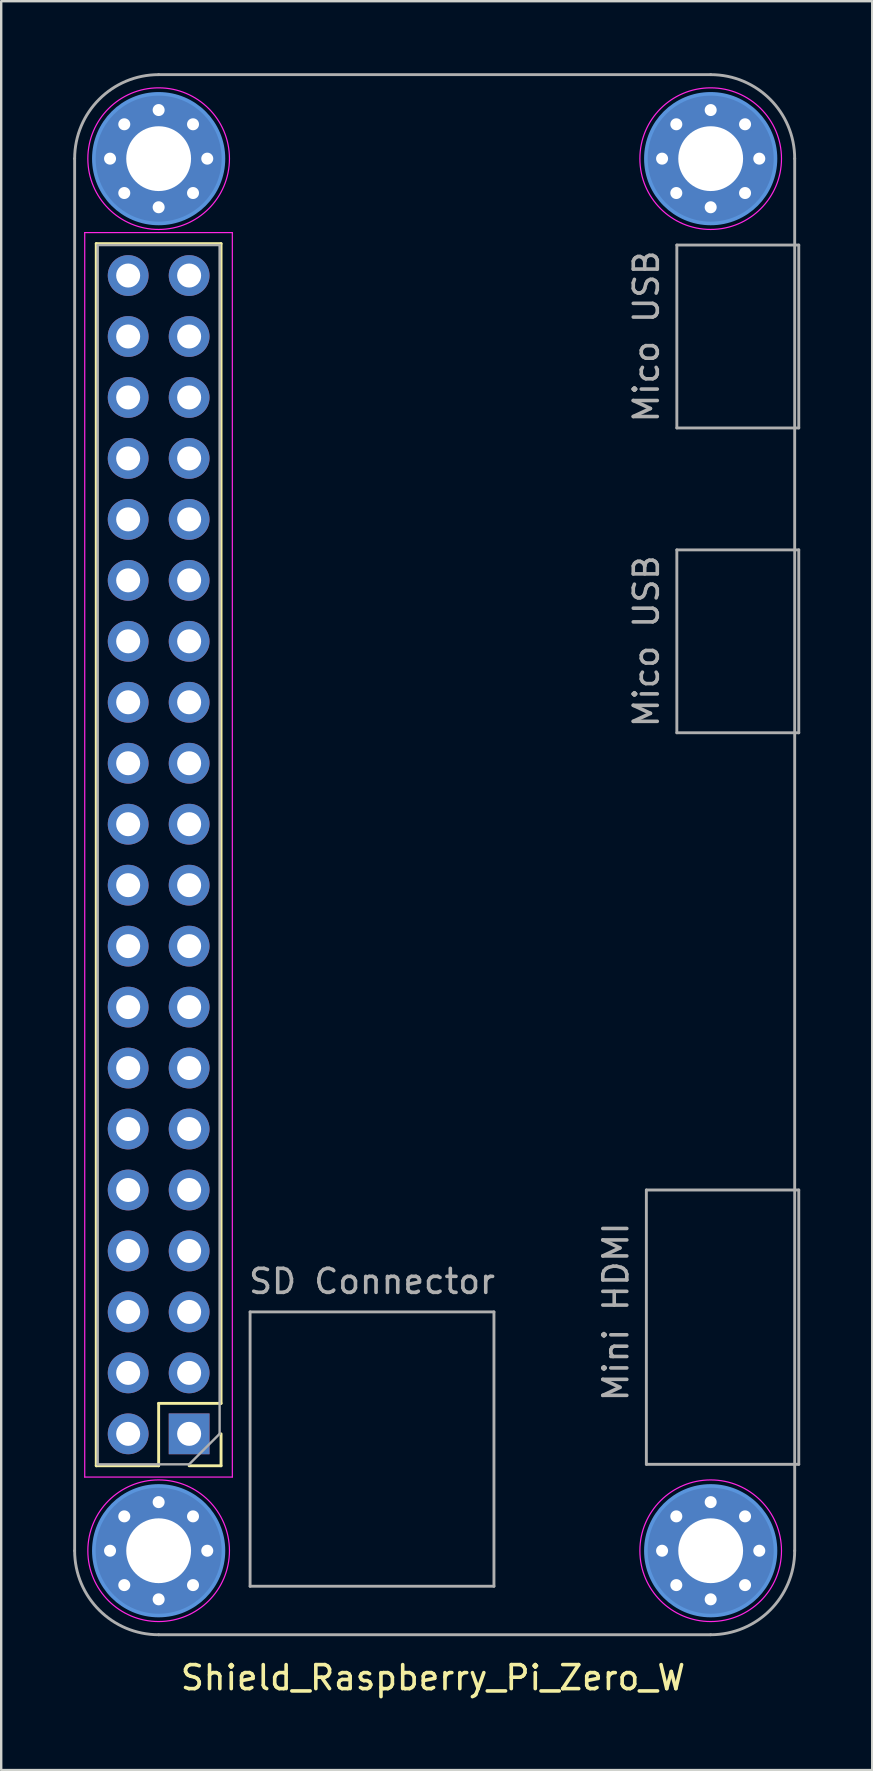
<source format=kicad_pcb>
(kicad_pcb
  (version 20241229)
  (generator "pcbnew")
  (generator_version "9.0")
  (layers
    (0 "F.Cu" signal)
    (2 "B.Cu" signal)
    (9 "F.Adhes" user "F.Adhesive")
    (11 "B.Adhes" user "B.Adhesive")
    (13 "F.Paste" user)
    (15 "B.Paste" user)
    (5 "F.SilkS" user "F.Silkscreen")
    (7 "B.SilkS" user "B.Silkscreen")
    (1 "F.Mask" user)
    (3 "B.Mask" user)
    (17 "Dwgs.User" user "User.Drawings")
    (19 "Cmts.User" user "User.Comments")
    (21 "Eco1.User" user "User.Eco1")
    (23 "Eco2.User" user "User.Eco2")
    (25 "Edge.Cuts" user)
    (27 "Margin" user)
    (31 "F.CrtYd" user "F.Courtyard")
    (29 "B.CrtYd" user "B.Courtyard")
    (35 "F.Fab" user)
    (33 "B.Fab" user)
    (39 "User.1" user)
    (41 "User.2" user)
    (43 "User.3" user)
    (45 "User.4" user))
  (footprint "Shield_Raspberry_Pi_Zero_W"
    (layer "F.Cu")
    (at 3.56 32.56)
    (property "Reference" "Shield_Raspberry_Pi_Zero_W" (at 11.43 34.29 0) (layer "F.SilkS") (effects (font (size 1 1) (thickness 0.15))))
    (attr through_hole)
    (fp_line (start -2.6 25.46) (end -2.6 -25.46) (stroke (width 0.12) (type solid)) (layer "F.SilkS"))
    (fp_line (start 0 22.86) (end 0 25.46) (stroke (width 0.12) (type solid)) (layer "F.SilkS"))
    (fp_line (start 0 25.46) (end -2.6 25.46) (stroke (width 0.12) (type solid)) (layer "F.SilkS"))
    (fp_line (start 2.6 -25.46) (end -2.6 -25.46) (stroke (width 0.12) (type solid)) (layer "F.SilkS"))
    (fp_line (start 2.6 22.86) (end 0 22.86) (stroke (width 0.12) (type solid)) (layer "F.SilkS"))
    (fp_line (start 2.6 22.86) (end 2.6 -25.46) (stroke (width 0.12) (type solid)) (layer "F.SilkS"))
    (fp_line (start 2.6 24.13) (end 2.6 25.46) (stroke (width 0.12) (type solid)) (layer "F.SilkS"))
    (fp_line (start 2.6 25.46) (end 1.27 25.46) (stroke (width 0.12) (type solid)) (layer "F.SilkS"))
    (fp_circle (center 0 -29) (end 2.7 -29) (stroke (width 0.15) (type solid)) (fill no) (layer "Cmts.User"))
    (fp_circle (center 0 29) (end 2.7 29) (stroke (width 0.15) (type solid)) (fill no) (layer "Cmts.User"))
    (fp_circle (center 23 -29) (end 25.7 -29) (stroke (width 0.15) (type solid)) (fill no) (layer "Cmts.User"))
    (fp_circle (center 23 29) (end 25.7 29) (stroke (width 0.15) (type solid)) (fill no) (layer "Cmts.User"))
    (fp_line (start -3.08 -25.92) (end -3.08 25.93) (stroke (width 0.05) (type solid)) (layer "F.CrtYd"))
    (fp_line (start -3.08 25.93) (end 3.07 25.93) (stroke (width 0.05) (type solid)) (layer "F.CrtYd"))
    (fp_line (start 3.07 -25.92) (end -3.08 -25.92) (stroke (width 0.05) (type solid)) (layer "F.CrtYd"))
    (fp_line (start 3.07 25.93) (end 3.07 -25.92) (stroke (width 0.05) (type solid)) (layer "F.CrtYd"))
    (fp_circle (center 0 -29) (end 2.95 -29) (stroke (width 0.05) (type solid)) (fill no) (layer "F.CrtYd"))
    (fp_circle (center 0 29) (end 2.95 29) (stroke (width 0.05) (type solid)) (fill no) (layer "F.CrtYd"))
    (fp_circle (center 23 -29) (end 25.95 -29) (stroke (width 0.05) (type solid)) (fill no) (layer "F.CrtYd"))
    (fp_circle (center 23 29) (end 25.95 29) (stroke (width 0.05) (type solid)) (fill no) (layer "F.CrtYd"))
    (fp_line (start -3.5 -29) (end -3.5 29) (stroke (width 0.12) (type solid)) (layer "F.Fab"))
    (fp_line (start -2.54 -25.4) (end 2.54 -25.4) (stroke (width 0.1) (type solid)) (layer "F.Fab"))
    (fp_line (start -2.54 25.4) (end -2.54 -25.4) (stroke (width 0.1) (type solid)) (layer "F.Fab"))
    (fp_line (start 0 32.5) (end 23 32.5) (stroke (width 0.12) (type solid)) (layer "F.Fab"))
    (fp_line (start 1.27 25.4) (end -2.54 25.4) (stroke (width 0.1) (type solid)) (layer "F.Fab"))
    (fp_line (start 2.54 -25.4) (end 2.54 24.13) (stroke (width 0.1) (type solid)) (layer "F.Fab"))
    (fp_line (start 2.54 24.13) (end 1.27 25.4) (stroke (width 0.1) (type solid)) (layer "F.Fab"))
    (fp_line (start 3.81 19.05) (end 13.97 19.05) (stroke (width 0.12) (type solid)) (layer "F.Fab"))
    (fp_line (start 3.81 30.48) (end 3.81 19.05) (stroke (width 0.12) (type solid)) (layer "F.Fab"))
    (fp_line (start 13.97 19.05) (end 13.97 30.48) (stroke (width 0.12) (type solid)) (layer "F.Fab"))
    (fp_line (start 13.97 30.48) (end 3.81 30.48) (stroke (width 0.12) (type solid)) (layer "F.Fab"))
    (fp_line (start 20.32 13.97) (end 20.32 25.4) (stroke (width 0.12) (type solid)) (layer "F.Fab"))
    (fp_line (start 20.32 25.4) (end 26.67 25.4) (stroke (width 0.12) (type solid)) (layer "F.Fab"))
    (fp_line (start 21.59 -25.4) (end 21.59 -17.78) (stroke (width 0.12) (type solid)) (layer "F.Fab"))
    (fp_line (start 21.59 -17.78) (end 26.67 -17.78) (stroke (width 0.12) (type solid)) (layer "F.Fab"))
    (fp_line (start 21.59 -12.7) (end 21.59 -5.08) (stroke (width 0.12) (type solid)) (layer "F.Fab"))
    (fp_line (start 21.59 -5.08) (end 26.67 -5.08) (stroke (width 0.12) (type solid)) (layer "F.Fab"))
    (fp_line (start 23 -32.5) (end 0 -32.5) (stroke (width 0.12) (type solid)) (layer "F.Fab"))
    (fp_line (start 26.5 29) (end 26.5 -29) (stroke (width 0.12) (type solid)) (layer "F.Fab"))
    (fp_line (start 26.67 -25.4) (end 21.59 -25.4) (stroke (width 0.12) (type solid)) (layer "F.Fab"))
    (fp_line (start 26.67 -17.78) (end 26.67 -25.4) (stroke (width 0.12) (type solid)) (layer "F.Fab"))
    (fp_line (start 26.67 -12.7) (end 21.59 -12.7) (stroke (width 0.12) (type solid)) (layer "F.Fab"))
    (fp_line (start 26.67 -5.08) (end 26.67 -12.7) (stroke (width 0.12) (type solid)) (layer "F.Fab"))
    (fp_line (start 26.67 13.97) (end 20.32 13.97) (stroke (width 0.12) (type solid)) (layer "F.Fab"))
    (fp_line (start 26.67 25.4) (end 26.67 13.97) (stroke (width 0.12) (type solid)) (layer "F.Fab"))
    (fp_arc (start -3.5 -29) (mid -2.474874 -31.474874) (end 0 -32.5) (stroke (width 0.12) (type solid)) (layer "F.Fab"))
    (fp_arc (start 0 32.5) (mid -2.474874 31.474874) (end -3.5 29) (stroke (width 0.12) (type solid)) (layer "F.Fab"))
    (fp_arc (start 23 -32.5) (mid 25.474874 -31.474874) (end 26.5 -29) (stroke (width 0.12) (type solid)) (layer "F.Fab"))
    (fp_arc (start 26.5 29) (mid 25.474874 31.474874) (end 23 32.5) (stroke (width 0.12) (type solid)) (layer "F.Fab"))
    (fp_text user "Mico USB" (at 20.32 -8.89 90) (layer "F.Fab") (effects (font (size 1 1) (thickness 0.15))))
    (fp_text user "SD Connector" (at 8.89 17.78 0) (layer "F.Fab") (effects (font (size 1 1) (thickness 0.15))))
    (fp_text user "Mico USB" (at 20.32 -21.59 90) (layer "F.Fab") (effects (font (size 1 1) (thickness 0.15))))
    (fp_text user "Mini HDMI" (at 19.05 19.05 90) (layer "F.Fab") (effects (font (size 1 1) (thickness 0.15))))
    (pad "1" thru_hole rect (at 1.27 24.13 180) (size 1.7 1.7) (drill 1) (layers "*.Cu" "*.Mask"))
    (pad "2" thru_hole oval (at -1.27 24.13 180) (size 1.7 1.7) (drill 1) (layers "*.Cu" "*.Mask"))
    (pad "3" thru_hole oval (at 1.27 21.59 180) (size 1.7 1.7) (drill 1) (layers "*.Cu" "*.Mask"))
    (pad "4" thru_hole oval (at -1.27 21.59 180) (size 1.7 1.7) (drill 1) (layers "*.Cu" "*.Mask"))
    (pad "5" thru_hole oval (at 1.27 19.05 180) (size 1.7 1.7) (drill 1) (layers "*.Cu" "*.Mask"))
    (pad "6" thru_hole oval (at -1.27 19.05 180) (size 1.7 1.7) (drill 1) (layers "*.Cu" "*.Mask"))
    (pad "7" thru_hole oval (at 1.27 16.51 180) (size 1.7 1.7) (drill 1) (layers "*.Cu" "*.Mask"))
    (pad "8" thru_hole oval (at -1.27 16.51 180) (size 1.7 1.7) (drill 1) (layers "*.Cu" "*.Mask"))
    (pad "9" thru_hole oval (at 1.27 13.97 180) (size 1.7 1.7) (drill 1) (layers "*.Cu" "*.Mask"))
    (pad "10" thru_hole oval (at -1.27 13.97 180) (size 1.7 1.7) (drill 1) (layers "*.Cu" "*.Mask"))
    (pad "11" thru_hole oval (at 1.27 11.43 180) (size 1.7 1.7) (drill 1) (layers "*.Cu" "*.Mask"))
    (pad "12" thru_hole oval (at -1.27 11.43 180) (size 1.7 1.7) (drill 1) (layers "*.Cu" "*.Mask"))
    (pad "13" thru_hole oval (at 1.27 8.89 180) (size 1.7 1.7) (drill 1) (layers "*.Cu" "*.Mask"))
    (pad "14" thru_hole oval (at -1.27 8.89 180) (size 1.7 1.7) (drill 1) (layers "*.Cu" "*.Mask"))
    (pad "15" thru_hole oval (at 1.27 6.35 180) (size 1.7 1.7) (drill 1) (layers "*.Cu" "*.Mask"))
    (pad "16" thru_hole oval (at -1.27 6.35 180) (size 1.7 1.7) (drill 1) (layers "*.Cu" "*.Mask"))
    (pad "17" thru_hole oval (at 1.27 3.81 180) (size 1.7 1.7) (drill 1) (layers "*.Cu" "*.Mask"))
    (pad "18" thru_hole oval (at -1.27 3.81 180) (size 1.7 1.7) (drill 1) (layers "*.Cu" "*.Mask"))
    (pad "19" thru_hole oval (at 1.27 1.27 180) (size 1.7 1.7) (drill 1) (layers "*.Cu" "*.Mask"))
    (pad "20" thru_hole oval (at -1.27 1.27 180) (size 1.7 1.7) (drill 1) (layers "*.Cu" "*.Mask"))
    (pad "21" thru_hole oval (at 1.27 -1.27 180) (size 1.7 1.7) (drill 1) (layers "*.Cu" "*.Mask"))
    (pad "22" thru_hole oval (at -1.27 -1.27 180) (size 1.7 1.7) (drill 1) (layers "*.Cu" "*.Mask"))
    (pad "23" thru_hole oval (at 1.27 -3.81 180) (size 1.7 1.7) (drill 1) (layers "*.Cu" "*.Mask"))
    (pad "24" thru_hole oval (at -1.27 -3.81 180) (size 1.7 1.7) (drill 1) (layers "*.Cu" "*.Mask"))
    (pad "25" thru_hole oval (at 1.27 -6.35 180) (size 1.7 1.7) (drill 1) (layers "*.Cu" "*.Mask"))
    (pad "26" thru_hole oval (at -1.27 -6.35 180) (size 1.7 1.7) (drill 1) (layers "*.Cu" "*.Mask"))
    (pad "27" thru_hole oval (at 1.27 -8.89 180) (size 1.7 1.7) (drill 1) (layers "*.Cu" "*.Mask"))
    (pad "28" thru_hole oval (at -1.27 -8.89 180) (size 1.7 1.7) (drill 1) (layers "*.Cu" "*.Mask"))
    (pad "29" thru_hole oval (at 1.27 -11.43 180) (size 1.7 1.7) (drill 1) (layers "*.Cu" "*.Mask"))
    (pad "30" thru_hole oval (at -1.27 -11.43 180) (size 1.7 1.7) (drill 1) (layers "*.Cu" "*.Mask"))
    (pad "31" thru_hole oval (at 1.27 -13.97 180) (size 1.7 1.7) (drill 1) (layers "*.Cu" "*.Mask"))
    (pad "32" thru_hole oval (at -1.27 -13.97 180) (size 1.7 1.7) (drill 1) (layers "*.Cu" "*.Mask"))
    (pad "33" thru_hole oval (at 1.27 -16.51 180) (size 1.7 1.7) (drill 1) (layers "*.Cu" "*.Mask"))
    (pad "34" thru_hole oval (at -1.27 -16.51 180) (size 1.7 1.7) (drill 1) (layers "*.Cu" "*.Mask"))
    (pad "35" thru_hole oval (at 1.27 -19.05 180) (size 1.7 1.7) (drill 1) (layers "*.Cu" "*.Mask"))
    (pad "36" thru_hole oval (at -1.27 -19.05 180) (size 1.7 1.7) (drill 1) (layers "*.Cu" "*.Mask"))
    (pad "37" thru_hole oval (at 1.27 -21.59 180) (size 1.7 1.7) (drill 1) (layers "*.Cu" "*.Mask"))
    (pad "38" thru_hole oval (at -1.27 -21.59 180) (size 1.7 1.7) (drill 1) (layers "*.Cu" "*.Mask"))
    (pad "39" thru_hole oval (at 1.27 -24.13 180) (size 1.7 1.7) (drill 1) (layers "*.Cu" "*.Mask"))
    (pad "40" thru_hole oval (at -1.27 -24.13 180) (size 1.7 1.7) (drill 1) (layers "*.Cu" "*.Mask"))
    (pad "MH" thru_hole circle (at -2.025 -29) (size 0.8 0.8) (drill 0.5) (layers "*.Cu" "*.Mask"))
    (pad "MH" thru_hole circle (at -2.025 29) (size 0.8 0.8) (drill 0.5) (layers "*.Cu" "*.Mask"))
    (pad "MH" thru_hole circle (at -1.432 -30.432) (size 0.8 0.8) (drill 0.5) (layers "*.Cu" "*.Mask"))
    (pad "MH" thru_hole circle (at -1.432 -27.568) (size 0.8 0.8) (drill 0.5) (layers "*.Cu" "*.Mask"))
    (pad "MH" thru_hole circle (at -1.432 27.568) (size 0.8 0.8) (drill 0.5) (layers "*.Cu" "*.Mask"))
    (pad "MH" thru_hole circle (at -1.432 30.432) (size 0.8 0.8) (drill 0.5) (layers "*.Cu" "*.Mask"))
    (pad "MH" thru_hole circle (at 0 -31.025) (size 0.8 0.8) (drill 0.5) (layers "*.Cu" "*.Mask"))
    (pad "MH" thru_hole circle (at 0 -29) (size 5.4 5.4) (drill 2.7) (layers "*.Cu" "*.Mask"))
    (pad "MH" thru_hole circle (at 0 -26.975) (size 0.8 0.8) (drill 0.5) (layers "*.Cu" "*.Mask"))
    (pad "MH" thru_hole circle (at 0 26.975) (size 0.8 0.8) (drill 0.5) (layers "*.Cu" "*.Mask"))
    (pad "MH" thru_hole circle (at 0 29) (size 5.4 5.4) (drill 2.7) (layers "*.Cu" "*.Mask"))
    (pad "MH" thru_hole circle (at 0 31.025) (size 0.8 0.8) (drill 0.5) (layers "*.Cu" "*.Mask"))
    (pad "MH" thru_hole circle (at 1.432 -30.432) (size 0.8 0.8) (drill 0.5) (layers "*.Cu" "*.Mask"))
    (pad "MH" thru_hole circle (at 1.432 -27.568) (size 0.8 0.8) (drill 0.5) (layers "*.Cu" "*.Mask"))
    (pad "MH" thru_hole circle (at 1.432 27.568) (size 0.8 0.8) (drill 0.5) (layers "*.Cu" "*.Mask"))
    (pad "MH" thru_hole circle (at 1.432 30.432) (size 0.8 0.8) (drill 0.5) (layers "*.Cu" "*.Mask"))
    (pad "MH" thru_hole circle (at 2.025 -29) (size 0.8 0.8) (drill 0.5) (layers "*.Cu" "*.Mask"))
    (pad "MH" thru_hole circle (at 2.025 29) (size 0.8 0.8) (drill 0.5) (layers "*.Cu" "*.Mask"))
    (pad "MH" thru_hole circle (at 20.975 -29) (size 0.8 0.8) (drill 0.5) (layers "*.Cu" "*.Mask"))
    (pad "MH" thru_hole circle (at 20.975 29) (size 0.8 0.8) (drill 0.5) (layers "*.Cu" "*.Mask"))
    (pad "MH" thru_hole circle (at 21.568 -30.432) (size 0.8 0.8) (drill 0.5) (layers "*.Cu" "*.Mask"))
    (pad "MH" thru_hole circle (at 21.568 -27.568) (size 0.8 0.8) (drill 0.5) (layers "*.Cu" "*.Mask"))
    (pad "MH" thru_hole circle (at 21.568 27.568) (size 0.8 0.8) (drill 0.5) (layers "*.Cu" "*.Mask"))
    (pad "MH" thru_hole circle (at 21.568 30.432) (size 0.8 0.8) (drill 0.5) (layers "*.Cu" "*.Mask"))
    (pad "MH" thru_hole circle (at 23 -31.025) (size 0.8 0.8) (drill 0.5) (layers "*.Cu" "*.Mask"))
    (pad "MH" thru_hole circle (at 23 -29) (size 5.4 5.4) (drill 2.7) (layers "*.Cu" "*.Mask"))
    (pad "MH" thru_hole circle (at 23 -26.975) (size 0.8 0.8) (drill 0.5) (layers "*.Cu" "*.Mask"))
    (pad "MH" thru_hole circle (at 23 26.975) (size 0.8 0.8) (drill 0.5) (layers "*.Cu" "*.Mask"))
    (pad "MH" thru_hole circle (at 23 29) (size 5.4 5.4) (drill 2.7) (layers "*.Cu" "*.Mask"))
    (pad "MH" thru_hole circle (at 23 31.025) (size 0.8 0.8) (drill 0.5) (layers "*.Cu" "*.Mask"))
    (pad "MH" thru_hole circle (at 24.432 -30.432) (size 0.8 0.8) (drill 0.5) (layers "*.Cu" "*.Mask"))
    (pad "MH" thru_hole circle (at 24.432 -27.568) (size 0.8 0.8) (drill 0.5) (layers "*.Cu" "*.Mask"))
    (pad "MH" thru_hole circle (at 24.432 27.568) (size 0.8 0.8) (drill 0.5) (layers "*.Cu" "*.Mask"))
    (pad "MH" thru_hole circle (at 24.432 30.432) (size 0.8 0.8) (drill 0.5) (layers "*.Cu" "*.Mask"))
    (pad "MH" thru_hole circle (at 25.025 -29) (size 0.8 0.8) (drill 0.5) (layers "*.Cu" "*.Mask"))
    (pad "MH" thru_hole circle (at 25.025 29) (size 0.8 0.8) (drill 0.5) (layers "*.Cu" "*.Mask")))
  (gr_rect
    (start -3 -3)
    (end 33.29 70.698)
    (stroke (width 0.1) (type default))
    (fill no)
    (layer "Edge.Cuts")))
</source>
